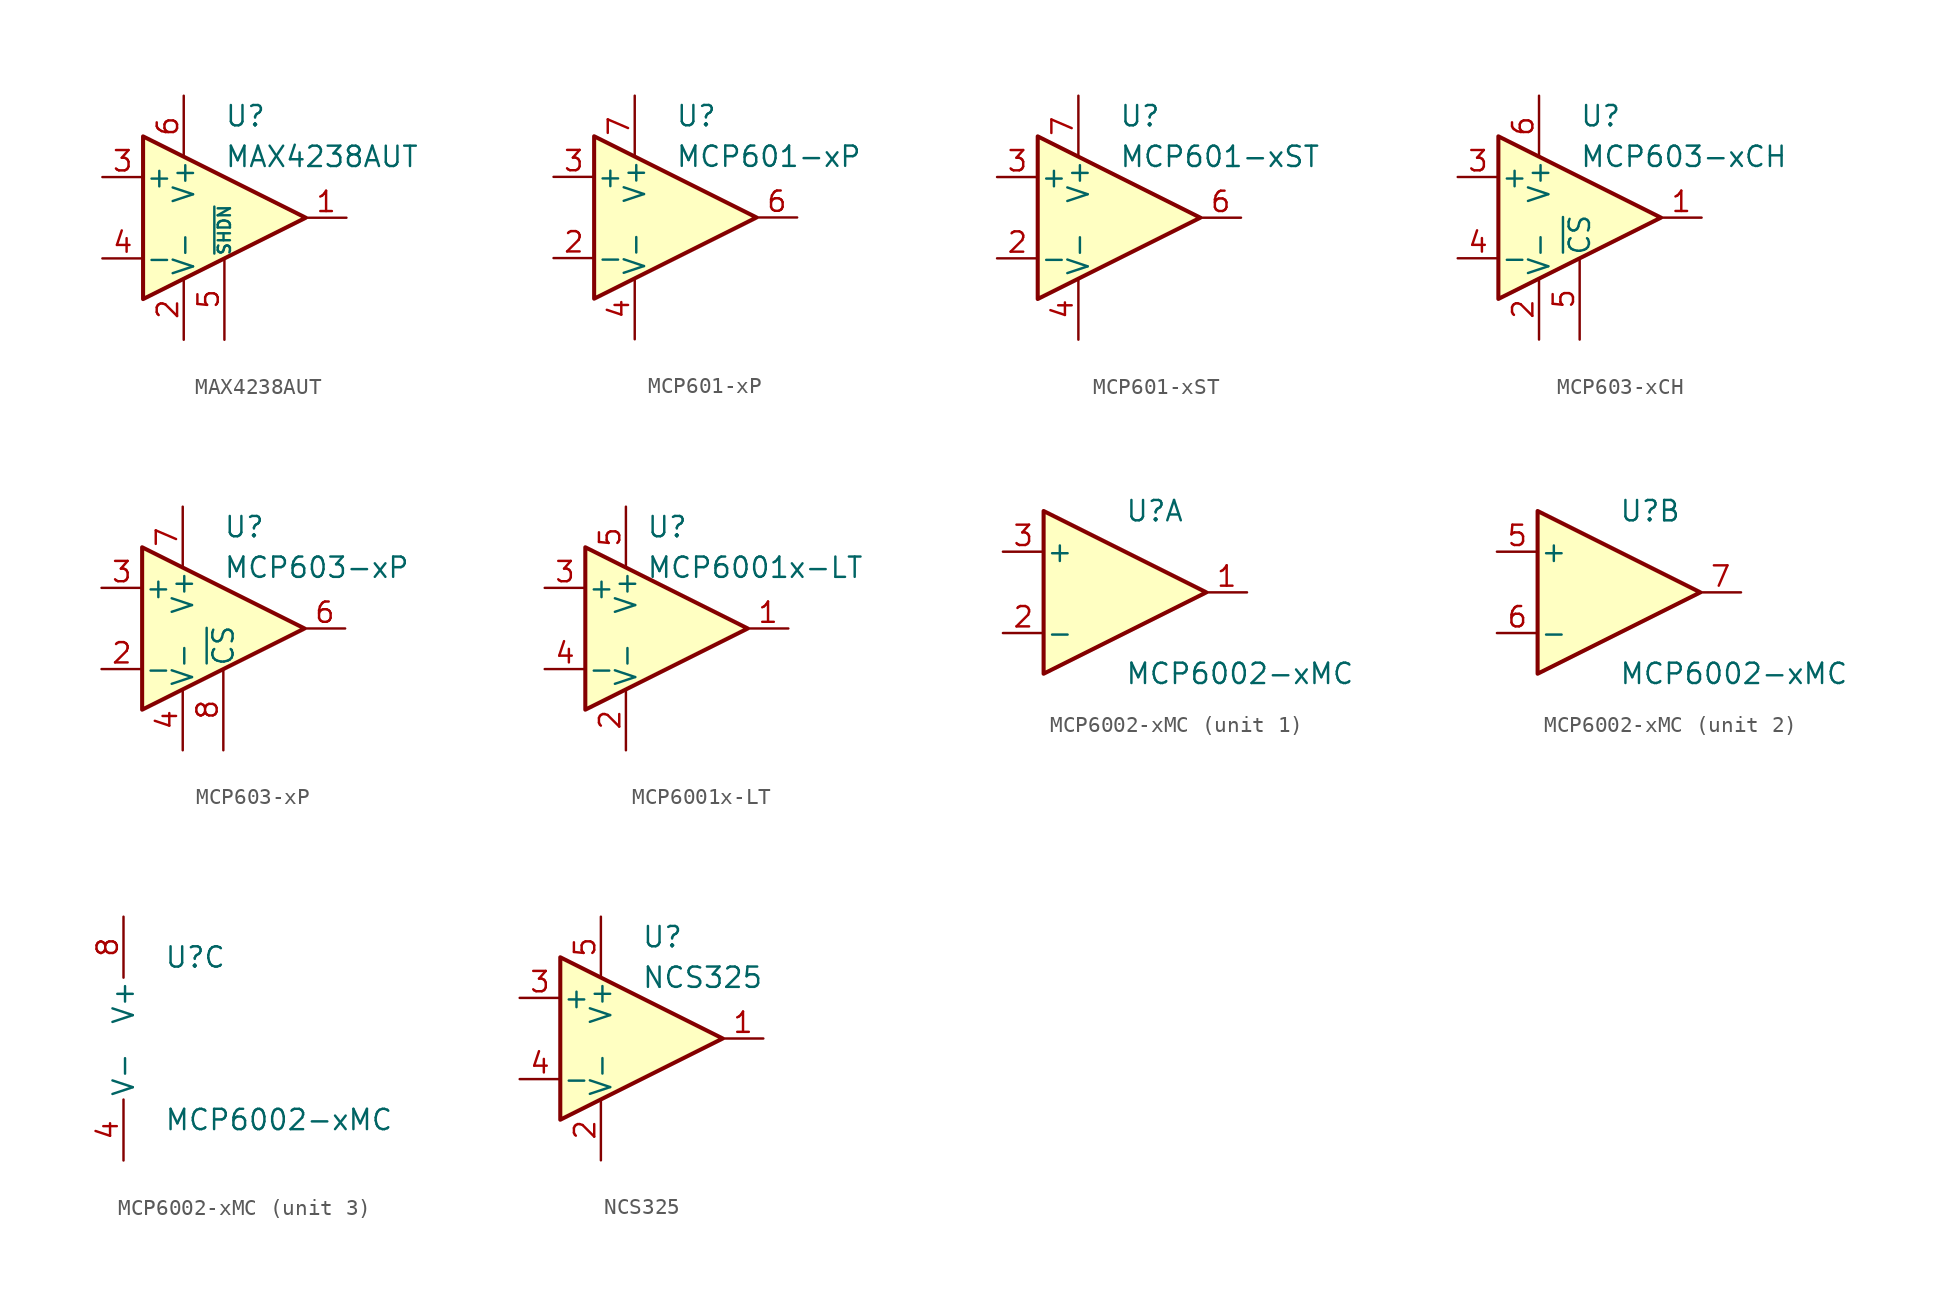
<source format=kicad_sym>
(kicad_symbol_lib
  (version 20201005)
  (generator kicad_symbol_editor)
  (symbol "MAX4238AUT"
    (pin_names
      (offset 0.127))
    (property "Reference" "U"
      (at 0 6.35 0)
      (effects (font (size 1.27 1.27)) (justify left)))
    (property "Value" "MAX4238AUT"
      (at 0 3.81 0)
      (effects (font (size 1.27 1.27)) (justify left)))
    (symbol "MAX4238AUT_0_1"
      (polyline (pts (xy -5.08 5.08) (xy 5.08 0) (xy -5.08 -5.08) (xy -5.08 5.08)) (stroke (width 0.254)) (fill (type background))))
    (symbol "MAX4238AUT_1_1"
      (pin output line (at 7.62 0 180) (length 2.54) (name "~" (effects (font (size 1.27 1.27)))) (number "1" (effects (font (size 1.27 1.27)))))
      (pin power_in line (at -2.54 -7.62 90) (length 3.81) (name "V-" (effects (font (size 1.27 1.27)))) (number "2" (effects (font (size 1.27 1.27)))))
      (pin input line (at -7.62 2.54 0) (length 2.54) (name "+" (effects (font (size 1.27 1.27)))) (number "3" (effects (font (size 1.27 1.27)))))
      (pin input line (at -7.62 -2.54 0) (length 2.54) (name "-" (effects (font (size 1.27 1.27)))) (number "4" (effects (font (size 1.27 1.27)))))
      (pin input line (at 0 -7.62 90) (length 5.08) (name "~SHDN" (effects (font (size 0.762 0.762)))) (number "5" (effects (font (size 1.27 1.27)))))
      (pin power_in line (at -2.54 7.62 270) (length 3.81) (name "V+" (effects (font (size 1.27 1.27)))) (number "6" (effects (font (size 1.27 1.27)))))))
  (symbol "MCP601-xP"
    (pin_names
      (offset 0.127))
    (property "Reference" "U"
      (at 0 6.35 0)
      (effects (font (size 1.27 1.27)) (justify left)))
    (property "Value" "MCP601-xP"
      (at 0 3.81 0)
      (effects (font (size 1.27 1.27)) (justify left)))
    (symbol "MCP601-xP_0_1"
      (polyline (pts (xy -5.08 5.08) (xy 5.08 0) (xy -5.08 -5.08) (xy -5.08 5.08)) (stroke (width 0.254)) (fill (type background))))
    (symbol "MCP601-xP_1_1"
      (pin no_connect line (at -5.08 -2.54 90) (length 2.54) hide (name "NC" (effects (font (size 1.27 1.27)))) (number "1" (effects (font (size 1.27 1.27)))))
      (pin input line (at -7.62 -2.54 0) (length 2.54) (name "-" (effects (font (size 1.27 1.27)))) (number "2" (effects (font (size 1.27 1.27)))))
      (pin input line (at -7.62 2.54 0) (length 2.54) (name "+" (effects (font (size 1.27 1.27)))) (number "3" (effects (font (size 1.27 1.27)))))
      (pin power_in line (at -2.54 -7.62 90) (length 3.81) (name "V-" (effects (font (size 1.27 1.27)))) (number "4" (effects (font (size 1.27 1.27)))))
      (pin no_connect line (at -2.54 -2.54 90) (length 2.54) hide (name "NC" (effects (font (size 1.27 1.27)))) (number "5" (effects (font (size 1.27 1.27)))))
      (pin output line (at 7.62 0 180) (length 2.54) (name "~" (effects (font (size 1.27 1.27)))) (number "6" (effects (font (size 1.27 1.27)))))
      (pin power_in line (at -2.54 7.62 270) (length 3.81) (name "V+" (effects (font (size 1.27 1.27)))) (number "7" (effects (font (size 1.27 1.27)))))
      (pin no_connect line (at 0 -2.54 90) (length 2.54) hide (name "NC" (effects (font (size 1.27 1.27)))) (number "8" (effects (font (size 1.27 1.27)))))))
  (symbol "MCP601-xST"
    (pin_names
      (offset 0.127))
    (property "Reference" "U"
      (at 0 6.35 0)
      (effects (font (size 1.27 1.27)) (justify left)))
    (property "Value" "MCP601-xST"
      (at 0 3.81 0)
      (effects (font (size 1.27 1.27)) (justify left)))
    (symbol "MCP601-xST_0_1"
      (polyline (pts (xy -5.08 5.08) (xy 5.08 0) (xy -5.08 -5.08) (xy -5.08 5.08)) (stroke (width 0.254)) (fill (type background))))
    (symbol "MCP601-xST_1_1"
      (pin no_connect line (at -2.54 2.54 270) (length 2.54) hide (name "NC" (effects (font (size 1.27 1.27)))) (number "1" (effects (font (size 1.27 1.27)))))
      (pin input line (at -7.62 -2.54 0) (length 2.54) (name "-" (effects (font (size 1.27 1.27)))) (number "2" (effects (font (size 1.27 1.27)))))
      (pin input line (at -7.62 2.54 0) (length 2.54) (name "+" (effects (font (size 1.27 1.27)))) (number "3" (effects (font (size 1.27 1.27)))))
      (pin power_in line (at -2.54 -7.62 90) (length 3.81) (name "V-" (effects (font (size 1.27 1.27)))) (number "4" (effects (font (size 1.27 1.27)))))
      (pin no_connect line (at 0 2.54 270) (length 2.54) hide (name "NC" (effects (font (size 1.27 1.27)))) (number "5" (effects (font (size 1.27 1.27)))))
      (pin output line (at 7.62 0 180) (length 2.54) (name "~" (effects (font (size 1.27 1.27)))) (number "6" (effects (font (size 1.27 1.27)))))
      (pin power_in line (at -2.54 7.62 270) (length 3.81) (name "V+" (effects (font (size 1.27 1.27)))) (number "7" (effects (font (size 1.27 1.27)))))
      (pin no_connect line (at 0 -2.54 90) (length 2.54) hide (name "NC" (effects (font (size 1.27 1.27)))) (number "8" (effects (font (size 1.27 1.27)))))))
  (symbol "MCP603-xCH"
    (pin_names
      (offset 0.127))
    (property "Reference" "U"
      (at 0 6.35 0)
      (effects (font (size 1.27 1.27)) (justify left)))
    (property "Value" "MCP603-xCH"
      (at 0 3.81 0)
      (effects (font (size 1.27 1.27)) (justify left)))
    (symbol "MCP603-xCH_0_1"
      (polyline (pts (xy -5.08 5.08) (xy 5.08 0) (xy -5.08 -5.08) (xy -5.08 5.08)) (stroke (width 0.254)) (fill (type background))))
    (symbol "MCP603-xCH_1_1"
      (pin output line (at 7.62 0 180) (length 2.54) (name "~" (effects (font (size 1.27 1.27)))) (number "1" (effects (font (size 1.27 1.27)))))
      (pin power_in line (at -2.54 -7.62 90) (length 3.81) (name "V-" (effects (font (size 1.27 1.27)))) (number "2" (effects (font (size 1.27 1.27)))))
      (pin input line (at -7.62 2.54 0) (length 2.54) (name "+" (effects (font (size 1.27 1.27)))) (number "3" (effects (font (size 1.27 1.27)))))
      (pin input line (at -7.62 -2.54 0) (length 2.54) (name "-" (effects (font (size 1.27 1.27)))) (number "4" (effects (font (size 1.27 1.27)))))
      (pin input line (at 0 -7.62 90) (length 5.08) (name "~CS" (effects (font (size 1.27 1.27)))) (number "5" (effects (font (size 1.27 1.27)))))
      (pin power_in line (at -2.54 7.62 270) (length 3.81) (name "V+" (effects (font (size 1.27 1.27)))) (number "6" (effects (font (size 1.27 1.27)))))))
  (symbol "MCP603-xP"
    (pin_names
      (offset 0.127))
    (property "Reference" "U"
      (at 0 6.35 0)
      (effects (font (size 1.27 1.27)) (justify left)))
    (property "Value" "MCP603-xP"
      (at 0 3.81 0)
      (effects (font (size 1.27 1.27)) (justify left)))
    (symbol "MCP603-xP_0_1"
      (polyline (pts (xy -5.08 5.08) (xy 5.08 0) (xy -5.08 -5.08) (xy -5.08 5.08)) (stroke (width 0.254)) (fill (type background))))
    (symbol "MCP603-xP_1_1"
      (pin no_connect line (at 0 -2.54 90) (length 2.54) hide (name "NC" (effects (font (size 1.27 1.27)))) (number "1" (effects (font (size 1.27 1.27)))))
      (pin input line (at -7.62 -2.54 0) (length 2.54) (name "-" (effects (font (size 1.27 1.27)))) (number "2" (effects (font (size 1.27 1.27)))))
      (pin input line (at -7.62 2.54 0) (length 2.54) (name "+" (effects (font (size 1.27 1.27)))) (number "3" (effects (font (size 1.27 1.27)))))
      (pin power_in line (at -2.54 -7.62 90) (length 3.81) (name "V-" (effects (font (size 1.27 1.27)))) (number "4" (effects (font (size 1.27 1.27)))))
      (pin no_connect line (at -2.54 -2.54 90) (length 2.54) hide (name "NC" (effects (font (size 1.27 1.27)))) (number "5" (effects (font (size 1.27 1.27)))))
      (pin output line (at 7.62 0 180) (length 2.54) (name "~" (effects (font (size 1.27 1.27)))) (number "6" (effects (font (size 1.27 1.27)))))
      (pin power_in line (at -2.54 7.62 270) (length 3.81) (name "V+" (effects (font (size 1.27 1.27)))) (number "7" (effects (font (size 1.27 1.27)))))
      (pin input line (at 0 -7.62 90) (length 5.08) (name "~CS" (effects (font (size 1.27 1.27)))) (number "8" (effects (font (size 1.27 1.27)))))))
  (symbol "MCP6001x-LT"
    (pin_names
      (offset 0.127))
    (property "Reference" "U"
      (at -1.27 6.35 0)
      (effects (font (size 1.27 1.27)) (justify left)))
    (property "Value" "MCP6001x-LT"
      (at -1.27 3.81 0)
      (effects (font (size 1.27 1.27)) (justify left)))
    (symbol "MCP6001x-LT_0_1"
      (polyline (pts (xy -5.08 5.08) (xy 5.08 0) (xy -5.08 -5.08) (xy -5.08 5.08)) (stroke (width 0.254)) (fill (type background)))
      (pin power_in line (at -2.54 -7.62 90) (length 3.81) (name "V-" (effects (font (size 1.27 1.27)))) (number "2" (effects (font (size 1.27 1.27)))))
      (pin power_in line (at -2.54 7.62 270) (length 3.81) (name "V+" (effects (font (size 1.27 1.27)))) (number "5" (effects (font (size 1.27 1.27))))))
    (symbol "MCP6001x-LT_1_1"
      (pin output line (at 7.62 0 180) (length 2.54) (name "~" (effects (font (size 1.27 1.27)))) (number "1" (effects (font (size 1.27 1.27)))))
      (pin input line (at -7.62 2.54 0) (length 2.54) (name "+" (effects (font (size 1.27 1.27)))) (number "3" (effects (font (size 1.27 1.27)))))
      (pin input line (at -7.62 -2.54 0) (length 2.54) (name "-" (effects (font (size 1.27 1.27)))) (number "4" (effects (font (size 1.27 1.27)))))))
  (symbol "MCP6002-xMC"
    (pin_names
      (offset 0.127))
    (property "Reference" "U"
      (at 0 5.08 0)
      (effects (font (size 1.27 1.27)) (justify left)))
    (property "Value" "MCP6002-xMC"
      (at 0 -5.08 0)
      (effects (font (size 1.27 1.27)) (justify left)))
    (property "ki_locked" ""
      (at 0 0 0)
      (effects (font (size 1.27 1.27))))
    (symbol "MCP6002-xMC_1_1"
      (polyline (pts (xy -5.08 5.08) (xy 5.08 0) (xy -5.08 -5.08) (xy -5.08 5.08)) (stroke (width 0.254)) (fill (type background)))
      (pin output line (at 7.62 0 180) (length 2.54) (name "~" (effects (font (size 1.27 1.27)))) (number "1" (effects (font (size 1.27 1.27)))))
      (pin input line (at -7.62 -2.54 0) (length 2.54) (name "-" (effects (font (size 1.27 1.27)))) (number "2" (effects (font (size 1.27 1.27)))))
      (pin input line (at -7.62 2.54 0) (length 2.54) (name "+" (effects (font (size 1.27 1.27)))) (number "3" (effects (font (size 1.27 1.27))))))
    (symbol "MCP6002-xMC_2_1"
      (polyline (pts (xy -5.08 5.08) (xy 5.08 0) (xy -5.08 -5.08) (xy -5.08 5.08)) (stroke (width 0.254)) (fill (type background)))
      (pin input line (at -7.62 2.54 0) (length 2.54) (name "+" (effects (font (size 1.27 1.27)))) (number "5" (effects (font (size 1.27 1.27)))))
      (pin input line (at -7.62 -2.54 0) (length 2.54) (name "-" (effects (font (size 1.27 1.27)))) (number "6" (effects (font (size 1.27 1.27)))))
      (pin output line (at 7.62 0 180) (length 2.54) (name "~" (effects (font (size 1.27 1.27)))) (number "7" (effects (font (size 1.27 1.27))))))
    (symbol "MCP6002-xMC_3_1"
      (pin power_in line (at -2.54 -7.62 90) (length 3.81) (name "V-" (effects (font (size 1.27 1.27)))) (number "4" (effects (font (size 1.27 1.27)))))
      (pin power_in line (at -2.54 7.62 270) (length 3.81) (name "V+" (effects (font (size 1.27 1.27)))) (number "8" (effects (font (size 1.27 1.27)))))
      (pin passive line (at -2.54 -7.62 90) (length 3.81) hide (name "V-" (effects (font (size 1.27 1.27)))) (number "9" (effects (font (size 1.27 1.27)))))))
  (symbol "NCS325"
    (pin_names
      (offset 0.127))
    (property "Reference" "U"
      (at 0 6.35 0)
      (effects (font (size 1.27 1.27)) (justify left)))
    (property "Value" "NCS325"
      (at 0 3.81 0)
      (effects (font (size 1.27 1.27)) (justify left)))
    (symbol "NCS325_0_1"
      (polyline (pts (xy -5.08 5.08) (xy 5.08 0) (xy -5.08 -5.08) (xy -5.08 5.08)) (stroke (width 0.254)) (fill (type background))))
    (symbol "NCS325_1_1"
      (pin output line (at 7.62 0 180) (length 2.54) (name "~" (effects (font (size 1.27 1.27)))) (number "1" (effects (font (size 1.27 1.27)))))
      (pin power_in line (at -2.54 -7.62 90) (length 3.81) (name "V-" (effects (font (size 1.27 1.27)))) (number "2" (effects (font (size 1.27 1.27)))))
      (pin input line (at -7.62 2.54 0) (length 2.54) (name "+" (effects (font (size 1.27 1.27)))) (number "3" (effects (font (size 1.27 1.27)))))
      (pin input line (at -7.62 -2.54 0) (length 2.54) (name "-" (effects (font (size 1.27 1.27)))) (number "4" (effects (font (size 1.27 1.27)))))
      (pin power_in line (at -2.54 7.62 270) (length 3.81) (name "V+" (effects (font (size 1.27 1.27)))) (number "5" (effects (font (size 1.27 1.27))))))))
</source>
